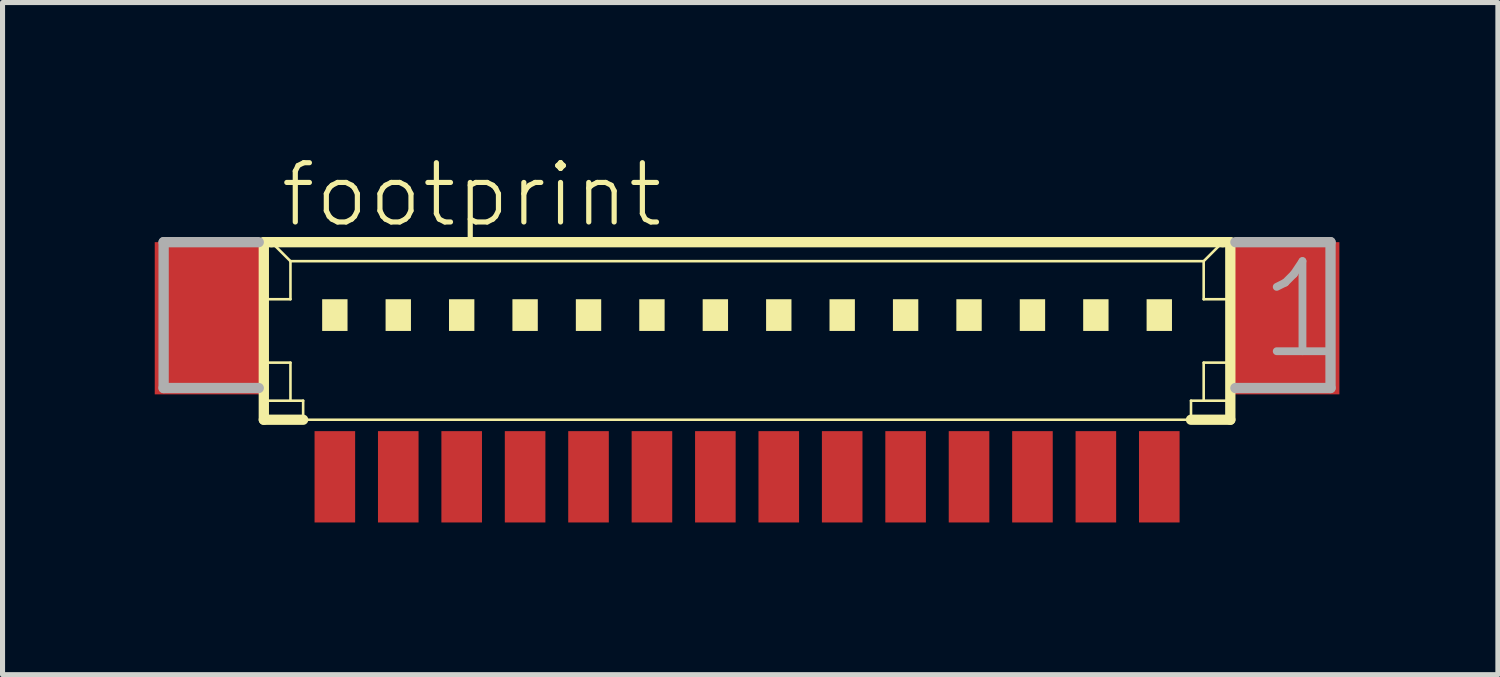
<source format=kicad_pcb>
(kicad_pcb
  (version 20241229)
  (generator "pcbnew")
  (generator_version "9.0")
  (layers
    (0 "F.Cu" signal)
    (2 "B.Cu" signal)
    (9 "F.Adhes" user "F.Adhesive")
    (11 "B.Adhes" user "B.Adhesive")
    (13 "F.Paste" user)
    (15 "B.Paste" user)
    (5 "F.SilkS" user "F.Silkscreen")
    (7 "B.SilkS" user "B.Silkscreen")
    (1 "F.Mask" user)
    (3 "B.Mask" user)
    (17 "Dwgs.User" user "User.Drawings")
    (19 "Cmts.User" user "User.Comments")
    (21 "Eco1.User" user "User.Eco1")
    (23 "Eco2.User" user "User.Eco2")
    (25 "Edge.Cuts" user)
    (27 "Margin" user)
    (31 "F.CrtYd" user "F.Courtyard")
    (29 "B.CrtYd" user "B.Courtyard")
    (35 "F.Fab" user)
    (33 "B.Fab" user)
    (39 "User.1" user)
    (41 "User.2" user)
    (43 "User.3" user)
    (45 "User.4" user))
  (footprint "footprint"
    (layer "F.Cu")
    (at 11.675 3.848)
    (property "Reference" "footprint" (at -9.25 -2.375 0) (layer "F.SilkS") (effects (font (size 1.168 1.168) (thickness 0.102)) (justify left bottom)))
    (fp_line (start -9.525 -2.125) (end -9.525 1.375) (stroke (width 0.203) (type solid)) (layer "F.SilkS"))
    (fp_line (start -9.525 1.375) (end -8.75 1.375) (stroke (width 0.203) (type solid)) (layer "F.SilkS"))
    (fp_line (start -9.5 -1) (end -9 -1) (stroke (width 0.051) (type solid)) (layer "F.SilkS"))
    (fp_line (start -9.5 0.25) (end -9 0.25) (stroke (width 0.051) (type solid)) (layer "F.SilkS"))
    (fp_line (start -9.5 1) (end -9 1) (stroke (width 0.051) (type solid)) (layer "F.SilkS"))
    (fp_line (start -9.375 -2.125) (end -9.525 -2.125) (stroke (width 0.203) (type solid)) (layer "F.SilkS"))
    (fp_line (start -9 -1.75) (end -9.375 -2.125) (stroke (width 0.051) (type solid)) (layer "F.SilkS"))
    (fp_line (start -9 -1.75) (end 9 -1.75) (stroke (width 0.051) (type solid)) (layer "F.SilkS"))
    (fp_line (start -9 -1) (end -9 -1.75) (stroke (width 0.051) (type solid)) (layer "F.SilkS"))
    (fp_line (start -9 0.25) (end -9 1) (stroke (width 0.051) (type solid)) (layer "F.SilkS"))
    (fp_line (start -9 1) (end -8.75 1) (stroke (width 0.051) (type solid)) (layer "F.SilkS"))
    (fp_line (start -8.75 1) (end -8.75 1.375) (stroke (width 0.051) (type solid)) (layer "F.SilkS"))
    (fp_line (start -8.75 1.375) (end 8.75 1.375) (stroke (width 0.051) (type solid)) (layer "F.SilkS"))
    (fp_line (start 8.75 1) (end 8.75 1.375) (stroke (width 0.051) (type solid)) (layer "F.SilkS"))
    (fp_line (start 8.75 1) (end 9 1) (stroke (width 0.051) (type solid)) (layer "F.SilkS"))
    (fp_line (start 8.75 1.375) (end 9.525 1.375) (stroke (width 0.203) (type solid)) (layer "F.SilkS"))
    (fp_line (start 9 -1.75) (end 9 -1) (stroke (width 0.051) (type solid)) (layer "F.SilkS"))
    (fp_line (start 9 -1.75) (end 9.375 -2.125) (stroke (width 0.051) (type solid)) (layer "F.SilkS"))
    (fp_line (start 9 -1) (end 9.5 -1) (stroke (width 0.051) (type solid)) (layer "F.SilkS"))
    (fp_line (start 9 0.25) (end 9 1) (stroke (width 0.051) (type solid)) (layer "F.SilkS"))
    (fp_line (start 9 0.25) (end 9.5 0.25) (stroke (width 0.051) (type solid)) (layer "F.SilkS"))
    (fp_line (start 9 1) (end 9.5 1) (stroke (width 0.051) (type solid)) (layer "F.SilkS"))
    (fp_line (start 9.375 -2.125) (end -9.375 -2.125) (stroke (width 0.203) (type solid)) (layer "F.SilkS"))
    (fp_line (start 9.525 -2.125) (end 9.375 -2.125) (stroke (width 0.203) (type solid)) (layer "F.SilkS"))
    (fp_line (start 9.525 1.375) (end 9.525 -2.125) (stroke (width 0.203) (type solid)) (layer "F.SilkS"))
    (fp_poly (pts (xy -8.375 -0.375) (xy -7.875 -0.375) (xy -7.875 -1) (xy -8.375 -1)) (stroke (width 0) (type solid)) (fill yes) (layer "F.SilkS"))
    (fp_poly (pts (xy -7.125 -0.375) (xy -6.625 -0.375) (xy -6.625 -1) (xy -7.125 -1)) (stroke (width 0) (type solid)) (fill yes) (layer "F.SilkS"))
    (fp_poly (pts (xy -5.875 -0.375) (xy -5.375 -0.375) (xy -5.375 -1) (xy -5.875 -1)) (stroke (width 0) (type solid)) (fill yes) (layer "F.SilkS"))
    (fp_poly (pts (xy -4.625 -0.375) (xy -4.125 -0.375) (xy -4.125 -1) (xy -4.625 -1)) (stroke (width 0) (type solid)) (fill yes) (layer "F.SilkS"))
    (fp_poly (pts (xy -3.375 -0.375) (xy -2.875 -0.375) (xy -2.875 -1) (xy -3.375 -1)) (stroke (width 0) (type solid)) (fill yes) (layer "F.SilkS"))
    (fp_poly (pts (xy -2.125 -0.375) (xy -1.625 -0.375) (xy -1.625 -1) (xy -2.125 -1)) (stroke (width 0) (type solid)) (fill yes) (layer "F.SilkS"))
    (fp_poly (pts (xy -0.875 -0.375) (xy -0.375 -0.375) (xy -0.375 -1) (xy -0.875 -1)) (stroke (width 0) (type solid)) (fill yes) (layer "F.SilkS"))
    (fp_poly (pts (xy 0.375 -0.375) (xy 0.875 -0.375) (xy 0.875 -1) (xy 0.375 -1)) (stroke (width 0) (type solid)) (fill yes) (layer "F.SilkS"))
    (fp_poly (pts (xy 1.625 -0.375) (xy 2.125 -0.375) (xy 2.125 -1) (xy 1.625 -1)) (stroke (width 0) (type solid)) (fill yes) (layer "F.SilkS"))
    (fp_poly (pts (xy 2.875 -0.375) (xy 3.375 -0.375) (xy 3.375 -1) (xy 2.875 -1)) (stroke (width 0) (type solid)) (fill yes) (layer "F.SilkS"))
    (fp_poly (pts (xy 4.125 -0.375) (xy 4.625 -0.375) (xy 4.625 -1) (xy 4.125 -1)) (stroke (width 0) (type solid)) (fill yes) (layer "F.SilkS"))
    (fp_poly (pts (xy 5.375 -0.375) (xy 5.875 -0.375) (xy 5.875 -1) (xy 5.375 -1)) (stroke (width 0) (type solid)) (fill yes) (layer "F.SilkS"))
    (fp_poly (pts (xy 6.625 -0.375) (xy 7.125 -0.375) (xy 7.125 -1) (xy 6.625 -1)) (stroke (width 0) (type solid)) (fill yes) (layer "F.SilkS"))
    (fp_poly (pts (xy 7.875 -0.375) (xy 8.375 -0.375) (xy 8.375 -1) (xy 7.875 -1)) (stroke (width 0) (type solid)) (fill yes) (layer "F.SilkS"))
    (fp_line (start -11.5 -2.125) (end -11.5 0.75) (stroke (width 0.203) (type solid)) (layer "F.Fab"))
    (fp_line (start -11.5 0.75) (end -9.625 0.75) (stroke (width 0.203) (type solid)) (layer "F.Fab"))
    (fp_line (start -9.625 -2.125) (end -11.5 -2.125) (stroke (width 0.203) (type solid)) (layer "F.Fab"))
    (fp_line (start 9.625 0.75) (end 11.5 0.75) (stroke (width 0.203) (type solid)) (layer "F.Fab"))
    (fp_line (start 11.5 -2.125) (end 9.625 -2.125) (stroke (width 0.203) (type solid)) (layer "F.Fab"))
    (fp_line (start 11.5 0.75) (end 11.5 -2.125) (stroke (width 0.203) (type solid)) (layer "F.Fab"))
    (fp_text user "1" (at 10 0.25 0) (layer "F.Fab") (effects (font (size 1.776 1.776) (thickness 0.154)) (justify left bottom)))
    (pad "1" smd rect (at 8.125 2.5) (size 0.8 1.8) (layers "F.Cu" "F.Mask" "F.Paste"))
    (pad "2" smd rect (at 6.875 2.5) (size 0.8 1.8) (layers "F.Cu" "F.Mask" "F.Paste"))
    (pad "3" smd rect (at 5.625 2.5) (size 0.8 1.8) (layers "F.Cu" "F.Mask" "F.Paste"))
    (pad "4" smd rect (at 4.375 2.5) (size 0.8 1.8) (layers "F.Cu" "F.Mask" "F.Paste"))
    (pad "5" smd rect (at 3.125 2.5) (size 0.8 1.8) (layers "F.Cu" "F.Mask" "F.Paste"))
    (pad "6" smd rect (at 1.875 2.5) (size 0.8 1.8) (layers "F.Cu" "F.Mask" "F.Paste"))
    (pad "7" smd rect (at 0.625 2.5) (size 0.8 1.8) (layers "F.Cu" "F.Mask" "F.Paste"))
    (pad "8" smd rect (at -0.625 2.5) (size 0.8 1.8) (layers "F.Cu" "F.Mask" "F.Paste"))
    (pad "9" smd rect (at -1.875 2.5) (size 0.8 1.8) (layers "F.Cu" "F.Mask" "F.Paste"))
    (pad "10" smd rect (at -3.125 2.5) (size 0.8 1.8) (layers "F.Cu" "F.Mask" "F.Paste"))
    (pad "11" smd rect (at -4.375 2.5) (size 0.8 1.8) (layers "F.Cu" "F.Mask" "F.Paste"))
    (pad "12" smd rect (at -5.625 2.5) (size 0.8 1.8) (layers "F.Cu" "F.Mask" "F.Paste"))
    (pad "13" smd rect (at -6.875 2.5) (size 0.8 1.8) (layers "F.Cu" "F.Mask" "F.Paste"))
    (pad "14" smd rect (at -8.125 2.5) (size 0.8 1.8) (layers "F.Cu" "F.Mask" "F.Paste"))
    (pad "S1" smd rect (at 10.625 -0.625) (size 2.1 3) (layers "F.Cu" "F.Mask" "F.Paste"))
    (pad "S2" smd rect (at -10.625 -0.625) (size 2.1 3) (layers "F.Cu" "F.Mask" "F.Paste")))
  (gr_rect
    (start -3 -3)
    (end 26.474 10.248)
    (stroke (width 0.1) (type default))
    (fill no)
    (layer "Edge.Cuts")))
</source>
